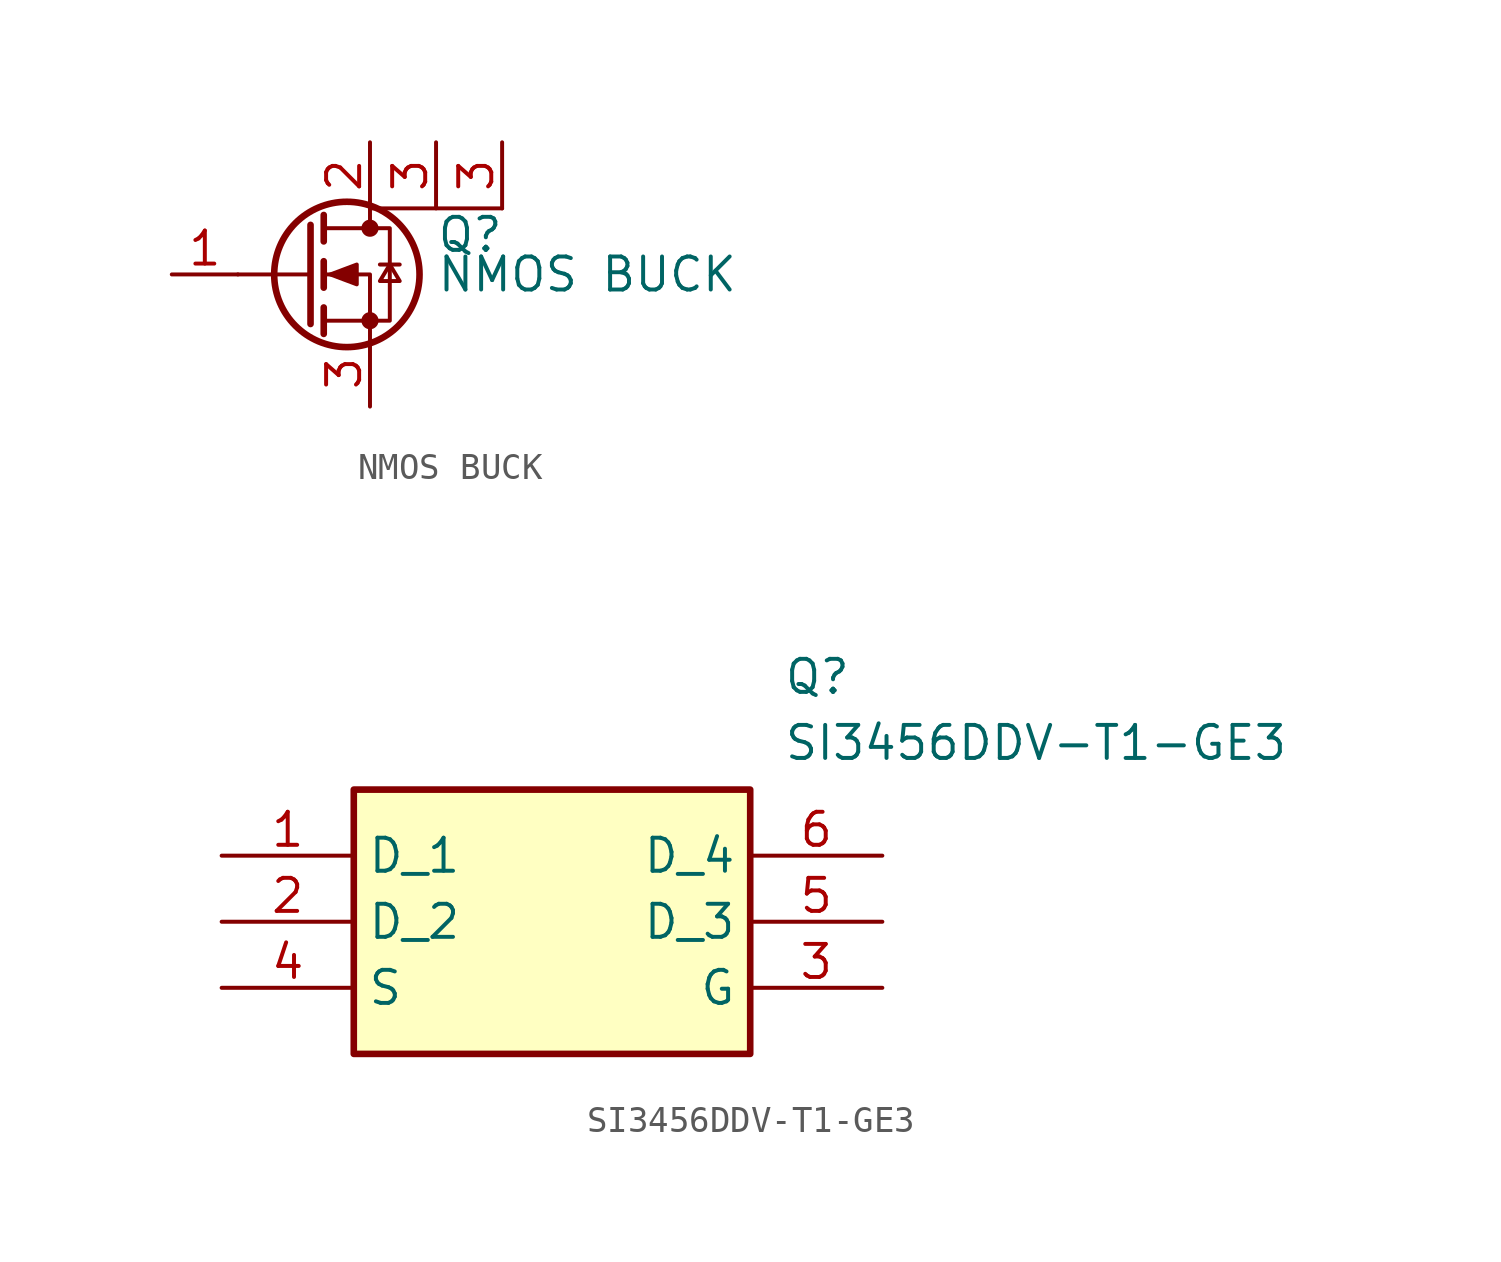
<source format=kicad_sym>
(kicad_symbol_lib
  (version 20241209)
  (generator "kicad_symbol_editor")
  (generator_version "9.0")
  (symbol "NMOS BUCK"
    (pin_names
      (offset 0)
      (hide yes))
    (property "Reference" "Q"
      (at 5.08 1.524 0)
      (effects (font (size 1.27 1.27)) (justify left)))
    (property "Value" "NMOS BUCK"
      (at 5.08 0 0)
      (effects (font (size 1.27 1.27)) (justify left)))
    (symbol "NMOS BUCK_0_1"
      (polyline (pts (xy 0.254 1.905) (xy 0.254 -1.905)) (stroke (width 0.254) (type default)) (fill (type none)))
      (polyline (pts (xy 0.254 0) (xy -2.54 0)) (stroke (width 0) (type default)) (fill (type none)))
      (polyline (pts (xy 0.762 2.286) (xy 0.762 1.27)) (stroke (width 0.254) (type default)) (fill (type none)))
      (polyline (pts (xy 0.762 0.508) (xy 0.762 -0.508)) (stroke (width 0.254) (type default)) (fill (type none)))
      (polyline (pts (xy 0.762 -1.27) (xy 0.762 -2.286)) (stroke (width 0.254) (type default)) (fill (type none)))
      (polyline (pts (xy 0.762 -1.778) (xy 3.302 -1.778) (xy 3.302 1.778) (xy 0.762 1.778)) (stroke (width 0) (type default)) (fill (type none)))
      (polyline (pts (xy 1.016 0) (xy 2.032 0.381) (xy 2.032 -0.381) (xy 1.016 0)) (stroke (width 0) (type default)) (fill (type outline)))
      (circle (center 1.651 0) (radius 2.794) (stroke (width 0.254) (type default)) (fill (type none)))
      (polyline (pts (xy 2.54 2.54) (xy 2.54 1.778)) (stroke (width 0) (type default)) (fill (type none)))
      (circle (center 2.54 1.778) (radius 0.254) (stroke (width 0) (type default)) (fill (type outline)))
      (circle (center 2.54 -1.778) (radius 0.254) (stroke (width 0) (type default)) (fill (type outline)))
      (polyline (pts (xy 2.54 -2.54) (xy 2.54 0) (xy 0.762 0)) (stroke (width 0) (type default)) (fill (type none)))
      (polyline (pts (xy 2.921 0.381) (xy 3.683 0.381)) (stroke (width 0) (type default)) (fill (type none)))
      (polyline (pts (xy 3.302 0.381) (xy 2.921 -0.254) (xy 3.683 -0.254) (xy 3.302 0.381)) (stroke (width 0) (type default)) (fill (type none)))
      (polyline (pts (xy 7.62 2.54) (xy 2.54 2.54)) (stroke (width 0) (type default)) (fill (type none))))
    (symbol "NMOS BUCK_1_1"
      (pin input line (at -5.08 0 0) (length 2.54) (name "G" (effects (font (size 1.27 1.27)))) (number "1" (effects (font (size 1.27 1.27)))))
      (pin passive line (at 2.54 5.08 270) (length 2.54) (name "D" (effects (font (size 1.27 1.27)))) (number "2" (effects (font (size 1.27 1.27)))))
      (pin passive line (at 2.54 -5.08 90) (length 2.54) (name "S" (effects (font (size 1.27 1.27)))) (number "3" (effects (font (size 1.27 1.27)))))
      (pin passive line (at 5.08 5.08 270) (length 2.54) (name "S" (effects (font (size 1.27 1.27)))) (number "3" (effects (font (size 1.27 1.27)))))
      (pin passive line (at 7.62 5.08 270) (length 2.54) (name "S" (effects (font (size 1.27 1.27)))) (number "3" (effects (font (size 1.27 1.27)))))))
  (symbol "SI3456DDV-T1-GE3"
    (property "Reference" "Q"
      (at 21.59 7.62 0)
      (effects (font (size 1.27 1.27)) (justify left top)))
    (property "Value" "SI3456DDV-T1-GE3"
      (at 21.59 5.08 0)
      (effects (font (size 1.27 1.27)) (justify left top)))
    (symbol "SI3456DDV-T1-GE3_1_1"
      (rectangle (start 5.08 2.54) (end 20.32 -7.62) (stroke (width 0.254) (type default)) (fill (type background)))
      (pin passive line (at 0 0 0) (length 5.08) (name "D_1" (effects (font (size 1.27 1.27)))) (number "1" (effects (font (size 1.27 1.27)))))
      (pin passive line (at 0 -2.54 0) (length 5.08) (name "D_2" (effects (font (size 1.27 1.27)))) (number "2" (effects (font (size 1.27 1.27)))))
      (pin passive line (at 0 -5.08 0) (length 5.08) (name "S" (effects (font (size 1.27 1.27)))) (number "4" (effects (font (size 1.27 1.27)))))
      (pin passive line (at 25.4 0 180) (length 5.08) (name "D_4" (effects (font (size 1.27 1.27)))) (number "6" (effects (font (size 1.27 1.27)))))
      (pin passive line (at 25.4 -2.54 180) (length 5.08) (name "D_3" (effects (font (size 1.27 1.27)))) (number "5" (effects (font (size 1.27 1.27)))))
      (pin passive line (at 25.4 -5.08 180) (length 5.08) (name "G" (effects (font (size 1.27 1.27)))) (number "3" (effects (font (size 1.27 1.27))))))))
</source>
